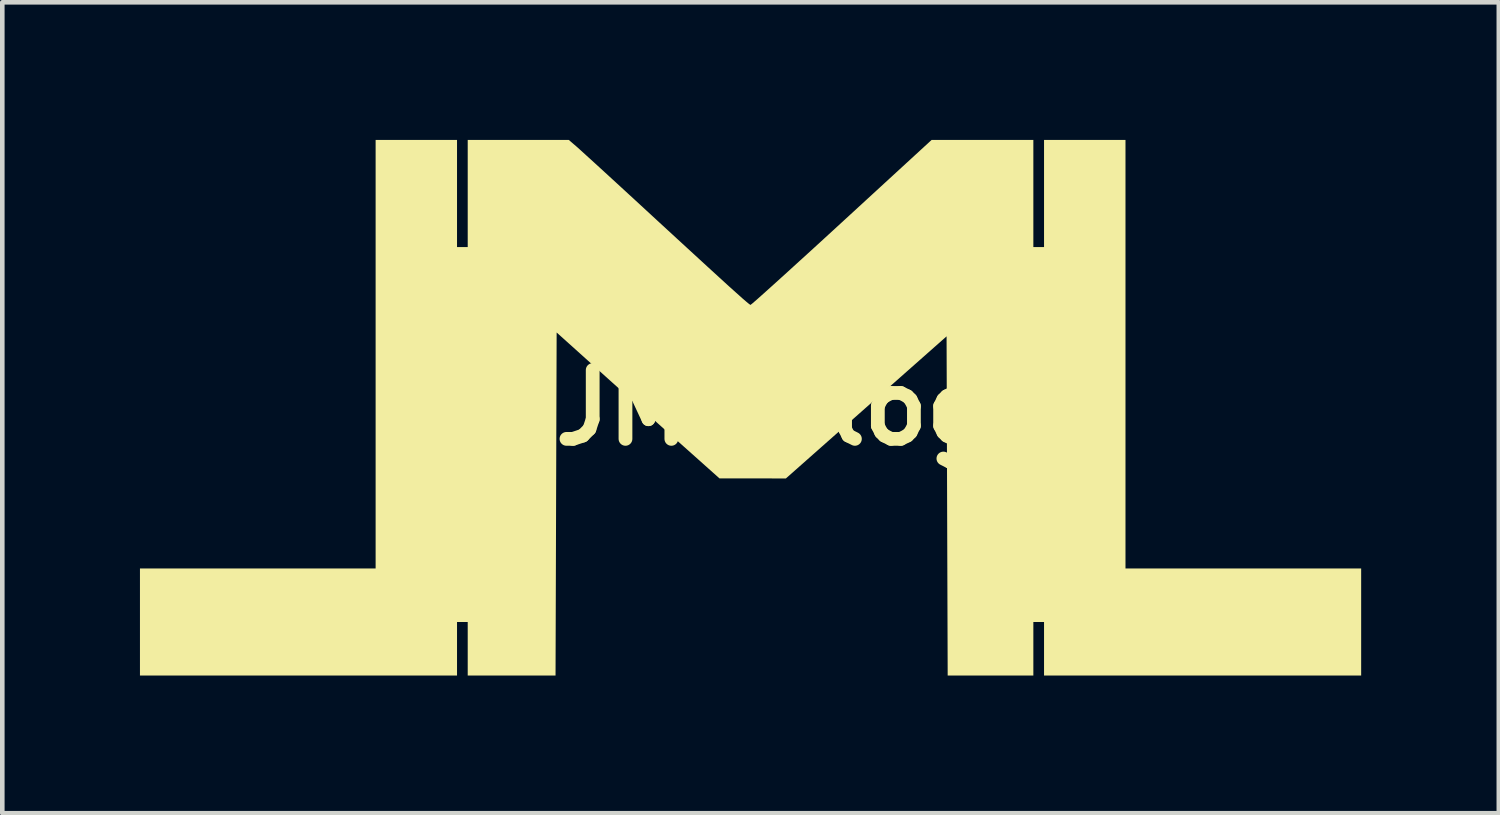
<source format=kicad_pcb>
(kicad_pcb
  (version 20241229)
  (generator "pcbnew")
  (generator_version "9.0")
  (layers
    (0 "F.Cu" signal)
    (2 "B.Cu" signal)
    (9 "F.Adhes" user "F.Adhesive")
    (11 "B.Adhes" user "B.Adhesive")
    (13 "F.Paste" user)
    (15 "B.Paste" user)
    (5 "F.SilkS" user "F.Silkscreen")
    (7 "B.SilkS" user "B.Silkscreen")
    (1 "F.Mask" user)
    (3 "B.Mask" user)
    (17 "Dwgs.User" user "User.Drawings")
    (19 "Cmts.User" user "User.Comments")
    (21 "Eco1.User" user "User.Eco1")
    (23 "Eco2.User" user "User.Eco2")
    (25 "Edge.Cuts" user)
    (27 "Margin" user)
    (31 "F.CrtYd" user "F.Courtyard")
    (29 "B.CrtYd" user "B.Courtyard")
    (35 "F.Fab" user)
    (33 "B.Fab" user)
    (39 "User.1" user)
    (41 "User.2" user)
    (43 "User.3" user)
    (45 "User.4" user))
  (footprint "JML-logo"
    (layer "F.Cu")
    (at 14.474 5.836)
    (property "Reference" "JML-logo" (at 0 0 0) (layer "F.SilkS") (effects (font (size 1.5 1.5) (thickness 0.3))))
    (attr board_only exclude_from_pos_files exclude_from_bom)
    (fp_poly (pts (xy -7.564 -4.669) (xy -7.564 -3.502) (xy -7.447 -3.502) (xy -7.331 -3.502) (xy -7.331 -4.669) (xy -7.331 -5.836) (xy -6.229 -5.836) (xy -5.128 -5.836) (xy -4.952 -5.685) (xy -4.875 -5.616) (xy -4.739 -5.492) (xy -4.554 -5.324) (xy -4.33 -5.119) (xy -4.078 -4.888) (xy -3.807 -4.639) (xy -3.684 -4.526) (xy -3.196 -4.076) (xy -2.772 -3.686) (xy -2.408 -3.352) (xy -2.101 -3.07) (xy -1.845 -2.836) (xy -1.638 -2.647) (xy -1.474 -2.5) (xy -1.35 -2.389) (xy -1.261 -2.312) (xy -1.204 -2.265) (xy -1.173 -2.243) (xy -1.168 -2.241) (xy -1.129 -2.272) (xy -1.027 -2.36) (xy -0.869 -2.501) (xy -0.662 -2.687) (xy -0.41 -2.915) (xy -0.121 -3.178) (xy 0.2 -3.47) (xy 0.545 -3.786) (xy 0.82 -4.038) (xy 2.778 -5.836) (xy 3.887 -5.836) (xy 4.996 -5.836) (xy 4.996 -4.669) (xy 4.996 -3.502) (xy 5.113 -3.502) (xy 5.229 -3.502) (xy 5.229 -4.669) (xy 5.229 -5.836) (xy 6.117 -5.836) (xy 7.004 -5.836) (xy 7.004 -1.167) (xy 7.004 3.502) (xy 9.572 3.502) (xy 12.14 3.502) (xy 12.14 4.669) (xy 12.14 5.836) (xy 8.685 5.836) (xy 5.229 5.836) (xy 5.229 5.253) (xy 5.229 4.669) (xy 5.113 4.669) (xy 4.996 4.669) (xy 4.996 5.253) (xy 4.996 5.836) (xy 4.062 5.836) (xy 3.129 5.836) (xy 3.117 2.14) (xy 3.105 -1.556) (xy 1.354 -0.008) (xy -0.397 1.541) (xy -1.12 1.54) (xy -1.844 1.54) (xy -2.616 0.851) (xy -2.872 0.624) (xy -3.176 0.351) (xy -3.509 0.053) (xy -3.851 -0.254) (xy -4.181 -0.55) (xy -4.391 -0.739) (xy -5.393 -1.64) (xy -5.405 2.098) (xy -5.417 5.836) (xy -6.374 5.836) (xy -7.331 5.836) (xy -7.331 5.253) (xy -7.331 4.669) (xy -7.447 4.669) (xy -7.564 4.669) (xy -7.564 5.253) (xy -7.564 5.836) (xy -11.019 5.836) (xy -14.474 5.836) (xy -14.474 4.669) (xy -14.474 3.502) (xy -11.906 3.502) (xy -9.338 3.502) (xy -9.338 -1.167) (xy -9.338 -5.836) (xy -8.451 -5.836) (xy -7.564 -5.836)) (stroke (width 0) (type solid)) (fill yes) (layer "F.SilkS")))
  (gr_rect
    (start -3 -3)
    (end 29.614 14.673)
    (stroke (width 0.1) (type default))
    (fill no)
    (layer "Edge.Cuts")))
</source>
